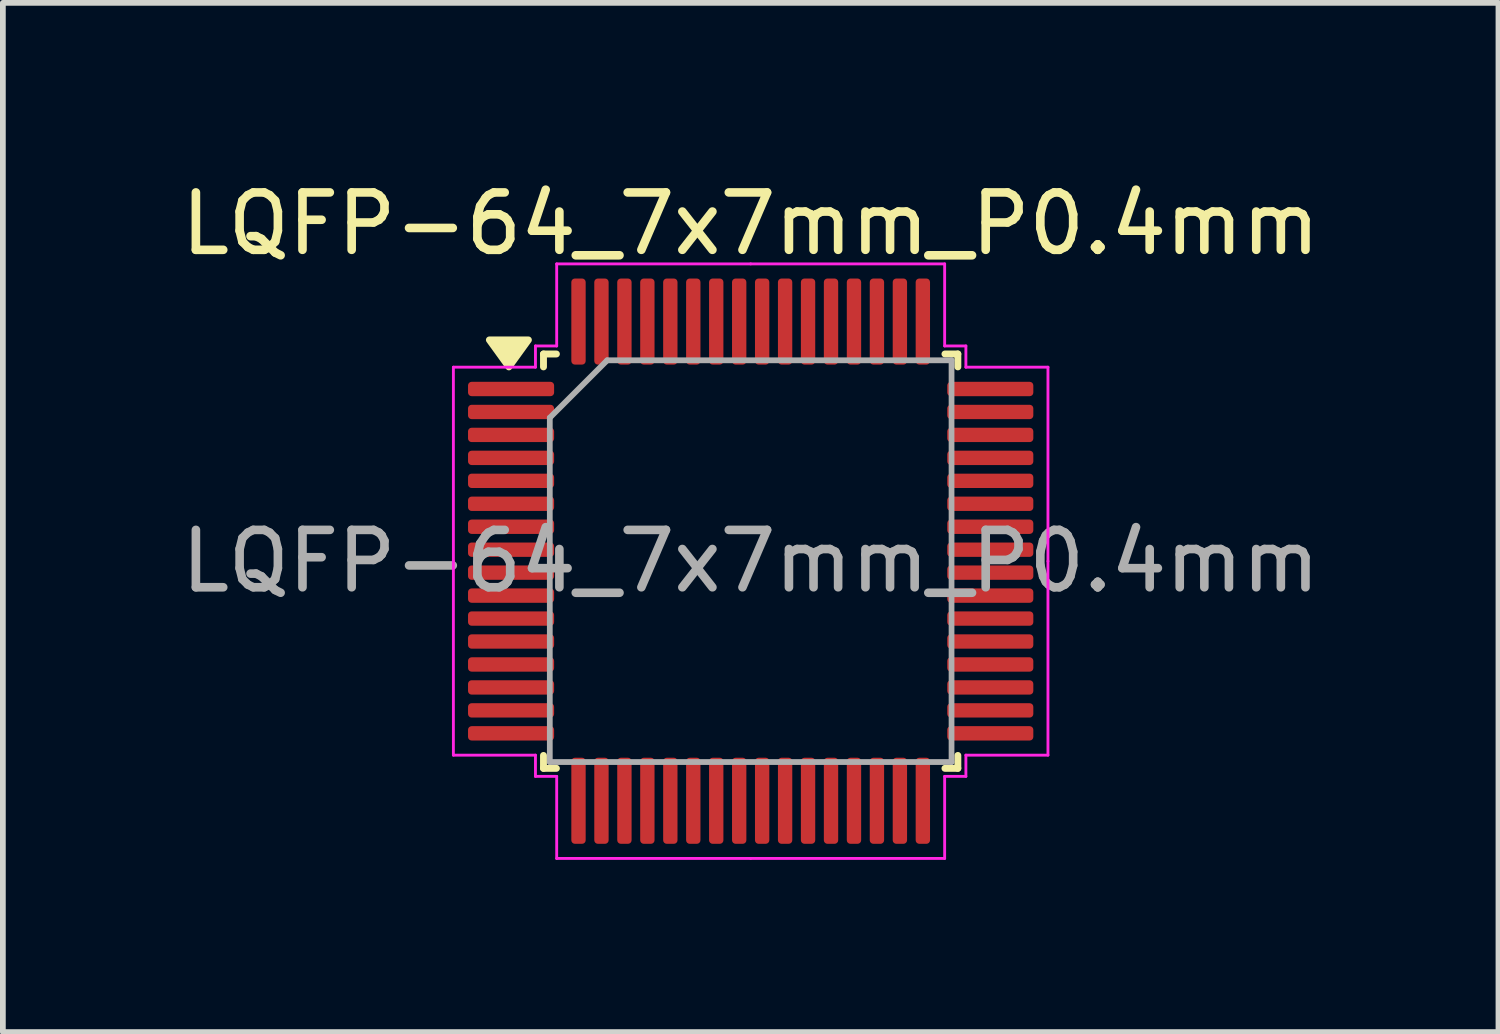
<source format=kicad_pcb>
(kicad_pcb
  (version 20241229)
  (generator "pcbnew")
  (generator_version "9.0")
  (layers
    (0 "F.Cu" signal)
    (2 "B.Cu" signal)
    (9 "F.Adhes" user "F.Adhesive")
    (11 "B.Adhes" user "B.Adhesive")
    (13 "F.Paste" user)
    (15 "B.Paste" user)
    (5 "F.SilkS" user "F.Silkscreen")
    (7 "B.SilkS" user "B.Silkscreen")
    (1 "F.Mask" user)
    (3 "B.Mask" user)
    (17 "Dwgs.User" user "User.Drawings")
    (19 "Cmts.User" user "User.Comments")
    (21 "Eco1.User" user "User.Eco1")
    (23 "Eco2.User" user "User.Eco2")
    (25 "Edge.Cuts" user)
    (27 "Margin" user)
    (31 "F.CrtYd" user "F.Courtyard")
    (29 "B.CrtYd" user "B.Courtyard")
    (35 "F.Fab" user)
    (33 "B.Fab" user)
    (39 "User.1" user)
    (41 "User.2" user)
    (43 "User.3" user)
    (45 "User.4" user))
  (footprint "LQFP-64_7x7mm_P0.4mm"
    (layer "F.Cu")
    (at 10.03 6.728)
    (property "Reference" "LQFP-64_7x7mm_P0.4mm" (at 0 -5.88 0) (layer "F.SilkS") (effects (font (size 1 1) (thickness 0.15))))
    (attr smd)
    (fp_line (start -3.61 -3.61) (end -3.61 -3.385) (stroke (width 0.12) (type solid)) (layer "F.SilkS"))
    (fp_line (start -3.61 3.61) (end -3.61 3.385) (stroke (width 0.12) (type solid)) (layer "F.SilkS"))
    (fp_line (start -3.385 -3.61) (end -3.61 -3.61) (stroke (width 0.12) (type solid)) (layer "F.SilkS"))
    (fp_line (start -3.385 3.61) (end -3.61 3.61) (stroke (width 0.12) (type solid)) (layer "F.SilkS"))
    (fp_line (start 3.385 -3.61) (end 3.61 -3.61) (stroke (width 0.12) (type solid)) (layer "F.SilkS"))
    (fp_line (start 3.385 3.61) (end 3.61 3.61) (stroke (width 0.12) (type solid)) (layer "F.SilkS"))
    (fp_line (start 3.61 -3.61) (end 3.61 -3.385) (stroke (width 0.12) (type solid)) (layer "F.SilkS"))
    (fp_line (start 3.61 3.61) (end 3.61 3.385) (stroke (width 0.12) (type solid)) (layer "F.SilkS"))
    (fp_poly (pts (xy -4.213 -3.385) (xy -4.553 -3.855) (xy -3.873 -3.855) (xy -4.213 -3.385)) (stroke (width 0.12) (type solid)) (fill yes) (layer "F.SilkS"))
    (fp_line (start -5.18 -3.38) (end -5.18 0) (stroke (width 0.05) (type solid)) (layer "F.CrtYd"))
    (fp_line (start -5.18 3.38) (end -5.18 0) (stroke (width 0.05) (type solid)) (layer "F.CrtYd"))
    (fp_line (start -3.75 -3.75) (end -3.75 -3.38) (stroke (width 0.05) (type solid)) (layer "F.CrtYd"))
    (fp_line (start -3.75 -3.38) (end -5.18 -3.38) (stroke (width 0.05) (type solid)) (layer "F.CrtYd"))
    (fp_line (start -3.75 3.38) (end -5.18 3.38) (stroke (width 0.05) (type solid)) (layer "F.CrtYd"))
    (fp_line (start -3.75 3.75) (end -3.75 3.38) (stroke (width 0.05) (type solid)) (layer "F.CrtYd"))
    (fp_line (start -3.38 -5.18) (end -3.38 -3.75) (stroke (width 0.05) (type solid)) (layer "F.CrtYd"))
    (fp_line (start -3.38 -3.75) (end -3.75 -3.75) (stroke (width 0.05) (type solid)) (layer "F.CrtYd"))
    (fp_line (start -3.38 3.75) (end -3.75 3.75) (stroke (width 0.05) (type solid)) (layer "F.CrtYd"))
    (fp_line (start -3.38 5.18) (end -3.38 3.75) (stroke (width 0.05) (type solid)) (layer "F.CrtYd"))
    (fp_line (start 0 -5.18) (end -3.38 -5.18) (stroke (width 0.05) (type solid)) (layer "F.CrtYd"))
    (fp_line (start 0 -5.18) (end 3.38 -5.18) (stroke (width 0.05) (type solid)) (layer "F.CrtYd"))
    (fp_line (start 0 5.18) (end -3.38 5.18) (stroke (width 0.05) (type solid)) (layer "F.CrtYd"))
    (fp_line (start 0 5.18) (end 3.38 5.18) (stroke (width 0.05) (type solid)) (layer "F.CrtYd"))
    (fp_line (start 3.38 -5.18) (end 3.38 -3.75) (stroke (width 0.05) (type solid)) (layer "F.CrtYd"))
    (fp_line (start 3.38 -3.75) (end 3.75 -3.75) (stroke (width 0.05) (type solid)) (layer "F.CrtYd"))
    (fp_line (start 3.38 3.75) (end 3.75 3.75) (stroke (width 0.05) (type solid)) (layer "F.CrtYd"))
    (fp_line (start 3.38 5.18) (end 3.38 3.75) (stroke (width 0.05) (type solid)) (layer "F.CrtYd"))
    (fp_line (start 3.75 -3.75) (end 3.75 -3.38) (stroke (width 0.05) (type solid)) (layer "F.CrtYd"))
    (fp_line (start 3.75 -3.38) (end 5.18 -3.38) (stroke (width 0.05) (type solid)) (layer "F.CrtYd"))
    (fp_line (start 3.75 3.38) (end 5.18 3.38) (stroke (width 0.05) (type solid)) (layer "F.CrtYd"))
    (fp_line (start 3.75 3.75) (end 3.75 3.38) (stroke (width 0.05) (type solid)) (layer "F.CrtYd"))
    (fp_line (start 5.18 -3.38) (end 5.18 0) (stroke (width 0.05) (type solid)) (layer "F.CrtYd"))
    (fp_line (start 5.18 3.38) (end 5.18 0) (stroke (width 0.05) (type solid)) (layer "F.CrtYd"))
    (fp_line (start -3.5 -2.5) (end -2.5 -3.5) (stroke (width 0.1) (type solid)) (layer "F.Fab"))
    (fp_line (start -3.5 3.5) (end -3.5 -2.5) (stroke (width 0.1) (type solid)) (layer "F.Fab"))
    (fp_line (start -2.5 -3.5) (end 3.5 -3.5) (stroke (width 0.1) (type solid)) (layer "F.Fab"))
    (fp_line (start 3.5 -3.5) (end 3.5 3.5) (stroke (width 0.1) (type solid)) (layer "F.Fab"))
    (fp_line (start 3.5 3.5) (end -3.5 3.5) (stroke (width 0.1) (type solid)) (layer "F.Fab"))
    (fp_text user "${REFERENCE}" (at 0 0 0) (layer "F.Fab") (effects (font (size 1 1) (thickness 0.15))))
    (pad "1" smd roundrect (at -4.175 -3) (size 1.5 0.25) (layers "F.Cu" "F.Mask" "F.Paste") (roundrect_rratio 0.25))
    (pad "2" smd roundrect (at -4.175 -2.6) (size 1.5 0.25) (layers "F.Cu" "F.Mask" "F.Paste") (roundrect_rratio 0.25))
    (pad "3" smd roundrect (at -4.175 -2.2) (size 1.5 0.25) (layers "F.Cu" "F.Mask" "F.Paste") (roundrect_rratio 0.25))
    (pad "4" smd roundrect (at -4.175 -1.8) (size 1.5 0.25) (layers "F.Cu" "F.Mask" "F.Paste") (roundrect_rratio 0.25))
    (pad "5" smd roundrect (at -4.175 -1.4) (size 1.5 0.25) (layers "F.Cu" "F.Mask" "F.Paste") (roundrect_rratio 0.25))
    (pad "6" smd roundrect (at -4.175 -1) (size 1.5 0.25) (layers "F.Cu" "F.Mask" "F.Paste") (roundrect_rratio 0.25))
    (pad "7" smd roundrect (at -4.175 -0.6) (size 1.5 0.25) (layers "F.Cu" "F.Mask" "F.Paste") (roundrect_rratio 0.25))
    (pad "8" smd roundrect (at -4.175 -0.2) (size 1.5 0.25) (layers "F.Cu" "F.Mask" "F.Paste") (roundrect_rratio 0.25))
    (pad "9" smd roundrect (at -4.175 0.2) (size 1.5 0.25) (layers "F.Cu" "F.Mask" "F.Paste") (roundrect_rratio 0.25))
    (pad "10" smd roundrect (at -4.175 0.6) (size 1.5 0.25) (layers "F.Cu" "F.Mask" "F.Paste") (roundrect_rratio 0.25))
    (pad "11" smd roundrect (at -4.175 1) (size 1.5 0.25) (layers "F.Cu" "F.Mask" "F.Paste") (roundrect_rratio 0.25))
    (pad "12" smd roundrect (at -4.175 1.4) (size 1.5 0.25) (layers "F.Cu" "F.Mask" "F.Paste") (roundrect_rratio 0.25))
    (pad "13" smd roundrect (at -4.175 1.8) (size 1.5 0.25) (layers "F.Cu" "F.Mask" "F.Paste") (roundrect_rratio 0.25))
    (pad "14" smd roundrect (at -4.175 2.2) (size 1.5 0.25) (layers "F.Cu" "F.Mask" "F.Paste") (roundrect_rratio 0.25))
    (pad "15" smd roundrect (at -4.175 2.6) (size 1.5 0.25) (layers "F.Cu" "F.Mask" "F.Paste") (roundrect_rratio 0.25))
    (pad "16" smd roundrect (at -4.175 3) (size 1.5 0.25) (layers "F.Cu" "F.Mask" "F.Paste") (roundrect_rratio 0.25))
    (pad "17" smd roundrect (at -3 4.175) (size 0.25 1.5) (layers "F.Cu" "F.Mask" "F.Paste") (roundrect_rratio 0.25))
    (pad "18" smd roundrect (at -2.6 4.175) (size 0.25 1.5) (layers "F.Cu" "F.Mask" "F.Paste") (roundrect_rratio 0.25))
    (pad "19" smd roundrect (at -2.2 4.175) (size 0.25 1.5) (layers "F.Cu" "F.Mask" "F.Paste") (roundrect_rratio 0.25))
    (pad "20" smd roundrect (at -1.8 4.175) (size 0.25 1.5) (layers "F.Cu" "F.Mask" "F.Paste") (roundrect_rratio 0.25))
    (pad "21" smd roundrect (at -1.4 4.175) (size 0.25 1.5) (layers "F.Cu" "F.Mask" "F.Paste") (roundrect_rratio 0.25))
    (pad "22" smd roundrect (at -1 4.175) (size 0.25 1.5) (layers "F.Cu" "F.Mask" "F.Paste") (roundrect_rratio 0.25))
    (pad "23" smd roundrect (at -0.6 4.175) (size 0.25 1.5) (layers "F.Cu" "F.Mask" "F.Paste") (roundrect_rratio 0.25))
    (pad "24" smd roundrect (at -0.2 4.175) (size 0.25 1.5) (layers "F.Cu" "F.Mask" "F.Paste") (roundrect_rratio 0.25))
    (pad "25" smd roundrect (at 0.2 4.175) (size 0.25 1.5) (layers "F.Cu" "F.Mask" "F.Paste") (roundrect_rratio 0.25))
    (pad "26" smd roundrect (at 0.6 4.175) (size 0.25 1.5) (layers "F.Cu" "F.Mask" "F.Paste") (roundrect_rratio 0.25))
    (pad "27" smd roundrect (at 1 4.175) (size 0.25 1.5) (layers "F.Cu" "F.Mask" "F.Paste") (roundrect_rratio 0.25))
    (pad "28" smd roundrect (at 1.4 4.175) (size 0.25 1.5) (layers "F.Cu" "F.Mask" "F.Paste") (roundrect_rratio 0.25))
    (pad "29" smd roundrect (at 1.8 4.175) (size 0.25 1.5) (layers "F.Cu" "F.Mask" "F.Paste") (roundrect_rratio 0.25))
    (pad "30" smd roundrect (at 2.2 4.175) (size 0.25 1.5) (layers "F.Cu" "F.Mask" "F.Paste") (roundrect_rratio 0.25))
    (pad "31" smd roundrect (at 2.6 4.175) (size 0.25 1.5) (layers "F.Cu" "F.Mask" "F.Paste") (roundrect_rratio 0.25))
    (pad "32" smd roundrect (at 3 4.175) (size 0.25 1.5) (layers "F.Cu" "F.Mask" "F.Paste") (roundrect_rratio 0.25))
    (pad "33" smd roundrect (at 4.175 3) (size 1.5 0.25) (layers "F.Cu" "F.Mask" "F.Paste") (roundrect_rratio 0.25))
    (pad "34" smd roundrect (at 4.175 2.6) (size 1.5 0.25) (layers "F.Cu" "F.Mask" "F.Paste") (roundrect_rratio 0.25))
    (pad "35" smd roundrect (at 4.175 2.2) (size 1.5 0.25) (layers "F.Cu" "F.Mask" "F.Paste") (roundrect_rratio 0.25))
    (pad "36" smd roundrect (at 4.175 1.8) (size 1.5 0.25) (layers "F.Cu" "F.Mask" "F.Paste") (roundrect_rratio 0.25))
    (pad "37" smd roundrect (at 4.175 1.4) (size 1.5 0.25) (layers "F.Cu" "F.Mask" "F.Paste") (roundrect_rratio 0.25))
    (pad "38" smd roundrect (at 4.175 1) (size 1.5 0.25) (layers "F.Cu" "F.Mask" "F.Paste") (roundrect_rratio 0.25))
    (pad "39" smd roundrect (at 4.175 0.6) (size 1.5 0.25) (layers "F.Cu" "F.Mask" "F.Paste") (roundrect_rratio 0.25))
    (pad "40" smd roundrect (at 4.175 0.2) (size 1.5 0.25) (layers "F.Cu" "F.Mask" "F.Paste") (roundrect_rratio 0.25))
    (pad "41" smd roundrect (at 4.175 -0.2) (size 1.5 0.25) (layers "F.Cu" "F.Mask" "F.Paste") (roundrect_rratio 0.25))
    (pad "42" smd roundrect (at 4.175 -0.6) (size 1.5 0.25) (layers "F.Cu" "F.Mask" "F.Paste") (roundrect_rratio 0.25))
    (pad "43" smd roundrect (at 4.175 -1) (size 1.5 0.25) (layers "F.Cu" "F.Mask" "F.Paste") (roundrect_rratio 0.25))
    (pad "44" smd roundrect (at 4.175 -1.4) (size 1.5 0.25) (layers "F.Cu" "F.Mask" "F.Paste") (roundrect_rratio 0.25))
    (pad "45" smd roundrect (at 4.175 -1.8) (size 1.5 0.25) (layers "F.Cu" "F.Mask" "F.Paste") (roundrect_rratio 0.25))
    (pad "46" smd roundrect (at 4.175 -2.2) (size 1.5 0.25) (layers "F.Cu" "F.Mask" "F.Paste") (roundrect_rratio 0.25))
    (pad "47" smd roundrect (at 4.175 -2.6) (size 1.5 0.25) (layers "F.Cu" "F.Mask" "F.Paste") (roundrect_rratio 0.25))
    (pad "48" smd roundrect (at 4.175 -3) (size 1.5 0.25) (layers "F.Cu" "F.Mask" "F.Paste") (roundrect_rratio 0.25))
    (pad "49" smd roundrect (at 3 -4.175) (size 0.25 1.5) (layers "F.Cu" "F.Mask" "F.Paste") (roundrect_rratio 0.25))
    (pad "50" smd roundrect (at 2.6 -4.175) (size 0.25 1.5) (layers "F.Cu" "F.Mask" "F.Paste") (roundrect_rratio 0.25))
    (pad "51" smd roundrect (at 2.2 -4.175) (size 0.25 1.5) (layers "F.Cu" "F.Mask" "F.Paste") (roundrect_rratio 0.25))
    (pad "52" smd roundrect (at 1.8 -4.175) (size 0.25 1.5) (layers "F.Cu" "F.Mask" "F.Paste") (roundrect_rratio 0.25))
    (pad "53" smd roundrect (at 1.4 -4.175) (size 0.25 1.5) (layers "F.Cu" "F.Mask" "F.Paste") (roundrect_rratio 0.25))
    (pad "54" smd roundrect (at 1 -4.175) (size 0.25 1.5) (layers "F.Cu" "F.Mask" "F.Paste") (roundrect_rratio 0.25))
    (pad "55" smd roundrect (at 0.6 -4.175) (size 0.25 1.5) (layers "F.Cu" "F.Mask" "F.Paste") (roundrect_rratio 0.25))
    (pad "56" smd roundrect (at 0.2 -4.175) (size 0.25 1.5) (layers "F.Cu" "F.Mask" "F.Paste") (roundrect_rratio 0.25))
    (pad "57" smd roundrect (at -0.2 -4.175) (size 0.25 1.5) (layers "F.Cu" "F.Mask" "F.Paste") (roundrect_rratio 0.25))
    (pad "58" smd roundrect (at -0.6 -4.175) (size 0.25 1.5) (layers "F.Cu" "F.Mask" "F.Paste") (roundrect_rratio 0.25))
    (pad "59" smd roundrect (at -1 -4.175) (size 0.25 1.5) (layers "F.Cu" "F.Mask" "F.Paste") (roundrect_rratio 0.25))
    (pad "60" smd roundrect (at -1.4 -4.175) (size 0.25 1.5) (layers "F.Cu" "F.Mask" "F.Paste") (roundrect_rratio 0.25))
    (pad "61" smd roundrect (at -1.8 -4.175) (size 0.25 1.5) (layers "F.Cu" "F.Mask" "F.Paste") (roundrect_rratio 0.25))
    (pad "62" smd roundrect (at -2.2 -4.175) (size 0.25 1.5) (layers "F.Cu" "F.Mask" "F.Paste") (roundrect_rratio 0.25))
    (pad "63" smd roundrect (at -2.6 -4.175) (size 0.25 1.5) (layers "F.Cu" "F.Mask" "F.Paste") (roundrect_rratio 0.25))
    (pad "64" smd roundrect (at -3 -4.175) (size 0.25 1.5) (layers "F.Cu" "F.Mask" "F.Paste") (roundrect_rratio 0.25)))
  (gr_rect
    (start -3 -3)
    (end 23.06 14.933)
    (stroke (width 0.1) (type default))
    (fill no)
    (layer "Edge.Cuts")))
</source>
